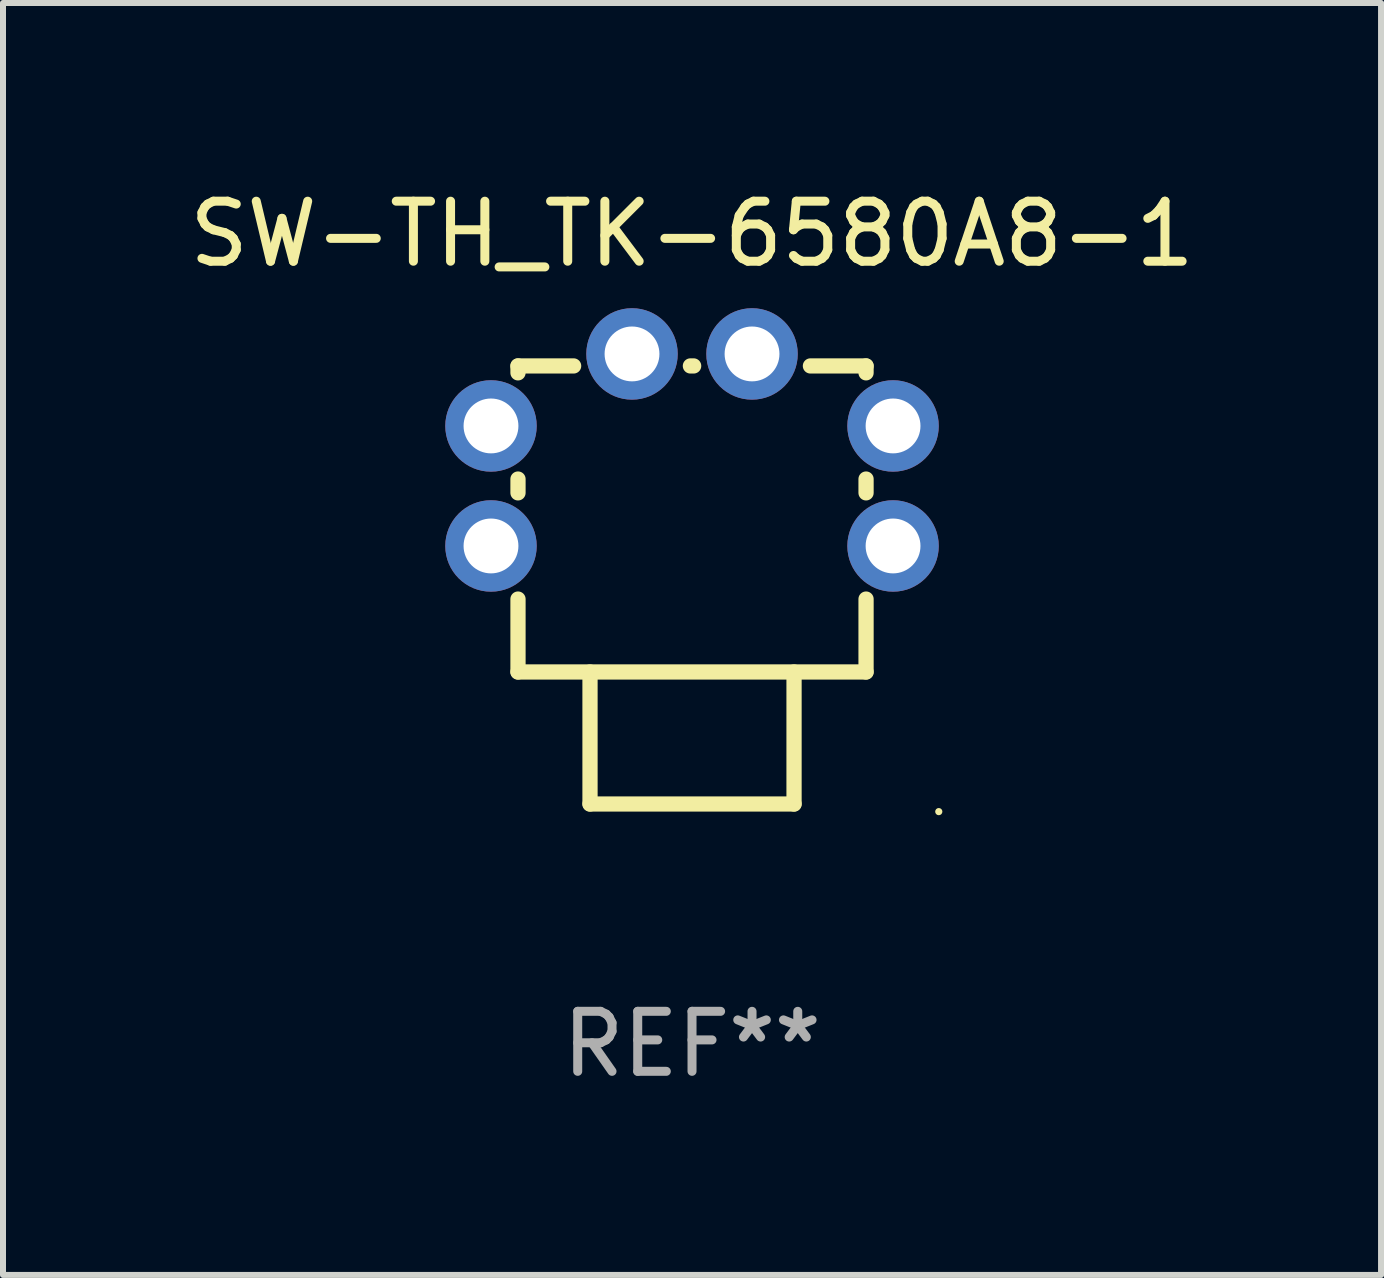
<source format=kicad_pcb>
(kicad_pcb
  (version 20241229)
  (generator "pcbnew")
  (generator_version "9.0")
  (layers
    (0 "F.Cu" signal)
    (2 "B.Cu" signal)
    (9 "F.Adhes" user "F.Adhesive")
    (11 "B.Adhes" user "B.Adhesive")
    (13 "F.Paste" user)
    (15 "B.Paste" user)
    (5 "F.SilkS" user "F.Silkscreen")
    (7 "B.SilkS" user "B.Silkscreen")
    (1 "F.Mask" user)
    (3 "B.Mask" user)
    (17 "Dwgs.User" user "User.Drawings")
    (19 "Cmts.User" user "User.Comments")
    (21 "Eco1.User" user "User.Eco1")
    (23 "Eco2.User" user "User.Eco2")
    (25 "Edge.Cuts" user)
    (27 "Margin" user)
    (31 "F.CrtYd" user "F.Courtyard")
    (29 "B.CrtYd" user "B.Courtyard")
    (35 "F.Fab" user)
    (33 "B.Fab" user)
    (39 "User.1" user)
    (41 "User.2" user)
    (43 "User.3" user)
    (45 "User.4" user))
  (footprint "SW-TH_TK-6580A8-1"
    (layer "F.Cu")
    (at 8.482 4.448)
    (property "Reference" "SW-TH_TK-6580A8-1" (at 0 -3.6 0) (layer "F.SilkS") (effects (font (size 1 1) (thickness 0.15))))
    (attr through_hole)
    (fp_line (start -2.9 -1.285) (end -2.9 -1.4) (stroke (width 0.254) (type solid)) (layer "F.SilkS"))
    (fp_line (start -2.9 0.715) (end -2.9 0.485) (stroke (width 0.254) (type solid)) (layer "F.SilkS"))
    (fp_line (start -2.9 3.7) (end -2.9 2.485) (stroke (width 0.254) (type solid)) (layer "F.SilkS"))
    (fp_line (start -1.973 -1.4) (end -2.9 -1.4) (stroke (width 0.254) (type solid)) (layer "F.SilkS"))
    (fp_line (start -1.7 3.7) (end -1.7 5.9) (stroke (width 0.254) (type solid)) (layer "F.SilkS"))
    (fp_line (start 0.027 -1.4) (end -0.027 -1.4) (stroke (width 0.254) (type solid)) (layer "F.SilkS"))
    (fp_line (start 1.7 3.7) (end 1.7 5.9) (stroke (width 0.254) (type solid)) (layer "F.SilkS"))
    (fp_line (start 1.7 5.9) (end -1.7 5.9) (stroke (width 0.254) (type solid)) (layer "F.SilkS"))
    (fp_line (start 2.9 -1.4) (end 1.973 -1.4) (stroke (width 0.254) (type solid)) (layer "F.SilkS"))
    (fp_line (start 2.9 -1.285) (end 2.9 -1.4) (stroke (width 0.254) (type solid)) (layer "F.SilkS"))
    (fp_line (start 2.9 0.715) (end 2.9 0.485) (stroke (width 0.254) (type solid)) (layer "F.SilkS"))
    (fp_line (start 2.9 3.7) (end -2.9 3.7) (stroke (width 0.254) (type solid)) (layer "F.SilkS"))
    (fp_line (start 2.9 3.7) (end 2.9 2.485) (stroke (width 0.254) (type solid)) (layer "F.SilkS"))
    (fp_circle (center 4.112 6.027) (end 4.142 6.027) (stroke (width 0.06) (type solid)) (fill no) (layer "F.SilkS"))
    (fp_text user "REF**" (at 0 9.9 0) (layer "F.Fab") (effects (font (size 1 1) (thickness 0.15))))
    (pad "1" thru_hole circle (at 3.35 1.6) (size 1.524 1.524) (drill 0.914) (layers "*.Cu" "*.Mask"))
    (pad "2" thru_hole circle (at 3.35 -0.4) (size 1.524 1.524) (drill 0.914) (layers "*.Cu" "*.Mask"))
    (pad "3" thru_hole circle (at -3.35 1.6) (size 1.524 1.524) (drill 0.914) (layers "*.Cu" "*.Mask"))
    (pad "4" thru_hole circle (at -3.35 -0.4) (size 1.524 1.524) (drill 0.914) (layers "*.Cu" "*.Mask"))
    (pad "5" thru_hole circle (at 1 -1.6) (size 1.524 1.524) (drill 0.914) (layers "*.Cu" "*.Mask"))
    (pad "6" thru_hole circle (at -1 -1.6) (size 1.524 1.524) (drill 0.914) (layers "*.Cu" "*.Mask")))
  (gr_rect
    (start -3 -3)
    (end 19.964 18.196)
    (stroke (width 0.1) (type default))
    (fill no)
    (layer "Edge.Cuts")))
</source>
